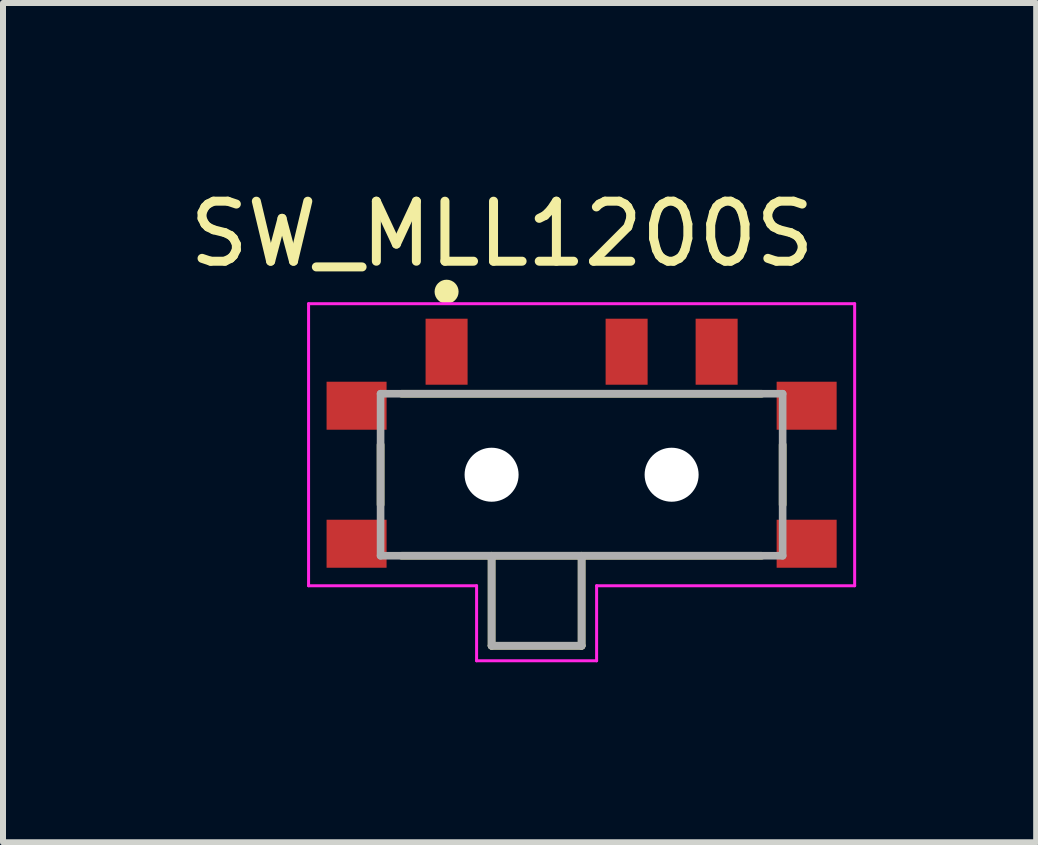
<source format=kicad_pcb>
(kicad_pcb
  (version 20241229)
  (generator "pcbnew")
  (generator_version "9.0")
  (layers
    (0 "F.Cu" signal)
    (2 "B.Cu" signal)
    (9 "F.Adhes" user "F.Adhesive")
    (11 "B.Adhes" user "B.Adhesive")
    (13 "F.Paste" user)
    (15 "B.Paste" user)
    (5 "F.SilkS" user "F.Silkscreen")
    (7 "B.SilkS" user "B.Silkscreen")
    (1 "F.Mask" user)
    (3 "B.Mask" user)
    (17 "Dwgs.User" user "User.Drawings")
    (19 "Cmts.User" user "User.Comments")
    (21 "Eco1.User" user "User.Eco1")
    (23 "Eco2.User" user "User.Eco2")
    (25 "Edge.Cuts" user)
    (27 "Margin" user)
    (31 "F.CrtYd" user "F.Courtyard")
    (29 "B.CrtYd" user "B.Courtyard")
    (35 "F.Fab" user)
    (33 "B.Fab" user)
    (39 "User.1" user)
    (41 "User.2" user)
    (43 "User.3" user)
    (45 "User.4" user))
  (footprint "SW_MLL1200S"
    (layer "F.Cu")
    (at 6.642 4.861)
    (property "Reference" "SW_MLL1200S" (at -1.325 -4.013 0) (layer "F.SilkS") (effects (font (size 1 1) (thickness 0.15))))
    (attr through_hole)
    (fp_line (start -3.35 -0.5) (end -3.35 0.5) (stroke (width 0.127) (type solid)) (layer "F.SilkS"))
    (fp_line (start -3 -1.35) (end 3 -1.35) (stroke (width 0.127) (type solid)) (layer "F.SilkS"))
    (fp_line (start -3 1.35) (end 3 1.35) (stroke (width 0.127) (type solid)) (layer "F.SilkS"))
    (fp_line (start -1.5 1.35) (end -1.5 2.85) (stroke (width 0.127) (type solid)) (layer "F.SilkS"))
    (fp_line (start -1.5 2.85) (end 0 2.85) (stroke (width 0.127) (type solid)) (layer "F.SilkS"))
    (fp_line (start 0 2.85) (end 0 1.35) (stroke (width 0.127) (type solid)) (layer "F.SilkS"))
    (fp_line (start 3.35 -0.5) (end 3.35 0.5) (stroke (width 0.127) (type solid)) (layer "F.SilkS"))
    (fp_circle (center -2.25 -3.05) (end -2.15 -3.05) (stroke (width 0.2) (type solid)) (fill no) (layer "F.SilkS"))
    (fp_line (start -4.55 -2.85) (end -4.55 1.85) (stroke (width 0.05) (type solid)) (layer "F.CrtYd"))
    (fp_line (start -4.55 1.85) (end -1.75 1.85) (stroke (width 0.05) (type solid)) (layer "F.CrtYd"))
    (fp_line (start -1.75 1.85) (end -1.75 3.1) (stroke (width 0.05) (type solid)) (layer "F.CrtYd"))
    (fp_line (start -1.75 3.1) (end 0.25 3.1) (stroke (width 0.05) (type solid)) (layer "F.CrtYd"))
    (fp_line (start 0.25 1.85) (end 4.55 1.85) (stroke (width 0.05) (type solid)) (layer "F.CrtYd"))
    (fp_line (start 0.25 3.1) (end 0.25 1.85) (stroke (width 0.05) (type solid)) (layer "F.CrtYd"))
    (fp_line (start 4.55 -2.85) (end -4.55 -2.85) (stroke (width 0.05) (type solid)) (layer "F.CrtYd"))
    (fp_line (start 4.55 1.85) (end 4.55 -2.85) (stroke (width 0.05) (type solid)) (layer "F.CrtYd"))
    (fp_line (start -3.35 -1.35) (end 3.35 -1.35) (stroke (width 0.127) (type solid)) (layer "F.Fab"))
    (fp_line (start -3.35 1.35) (end -3.35 -1.35) (stroke (width 0.127) (type solid)) (layer "F.Fab"))
    (fp_line (start -1.5 1.35) (end -1.5 2.85) (stroke (width 0.127) (type solid)) (layer "F.Fab"))
    (fp_line (start -1.5 2.85) (end 0 2.85) (stroke (width 0.127) (type solid)) (layer "F.Fab"))
    (fp_line (start 0 2.85) (end 0 1.35) (stroke (width 0.127) (type solid)) (layer "F.Fab"))
    (fp_line (start 3.35 -1.35) (end 3.35 1.35) (stroke (width 0.127) (type solid)) (layer "F.Fab"))
    (fp_line (start 3.35 1.35) (end -3.35 1.35) (stroke (width 0.127) (type solid)) (layer "F.Fab"))
    (pad "" np_thru_hole circle (at -1.5 0) (size 0.9 0.9) (drill 0.9) (layers "*.Cu" "*.Mask"))
    (pad "" np_thru_hole circle (at 1.5 0) (size 0.9 0.9) (drill 0.9) (layers "*.Cu" "*.Mask"))
    (pad "1" smd rect (at -2.25 -2.05) (size 0.7 1.1) (layers "F.Cu" "F.Mask" "F.Paste"))
    (pad "2" smd rect (at 0.75 -2.05) (size 0.7 1.1) (layers "F.Cu" "F.Mask" "F.Paste"))
    (pad "3" smd rect (at 2.25 -2.05) (size 0.7 1.1) (layers "F.Cu" "F.Mask" "F.Paste"))
    (pad "G1" smd rect (at -3.75 -1.15) (size 1 0.8) (layers "F.Cu" "F.Mask" "F.Paste"))
    (pad "G2" smd rect (at 3.75 -1.15) (size 1 0.8) (layers "F.Cu" "F.Mask" "F.Paste"))
    (pad "G3" smd rect (at -3.75 1.15) (size 1 0.8) (layers "F.Cu" "F.Mask" "F.Paste"))
    (pad "G4" smd rect (at 3.75 1.15) (size 1 0.8) (layers "F.Cu" "F.Mask" "F.Paste")))
  (gr_rect
    (start -3 -3)
    (end 14.217 10.986)
    (stroke (width 0.1) (type default))
    (fill no)
    (layer "Edge.Cuts")))
</source>
